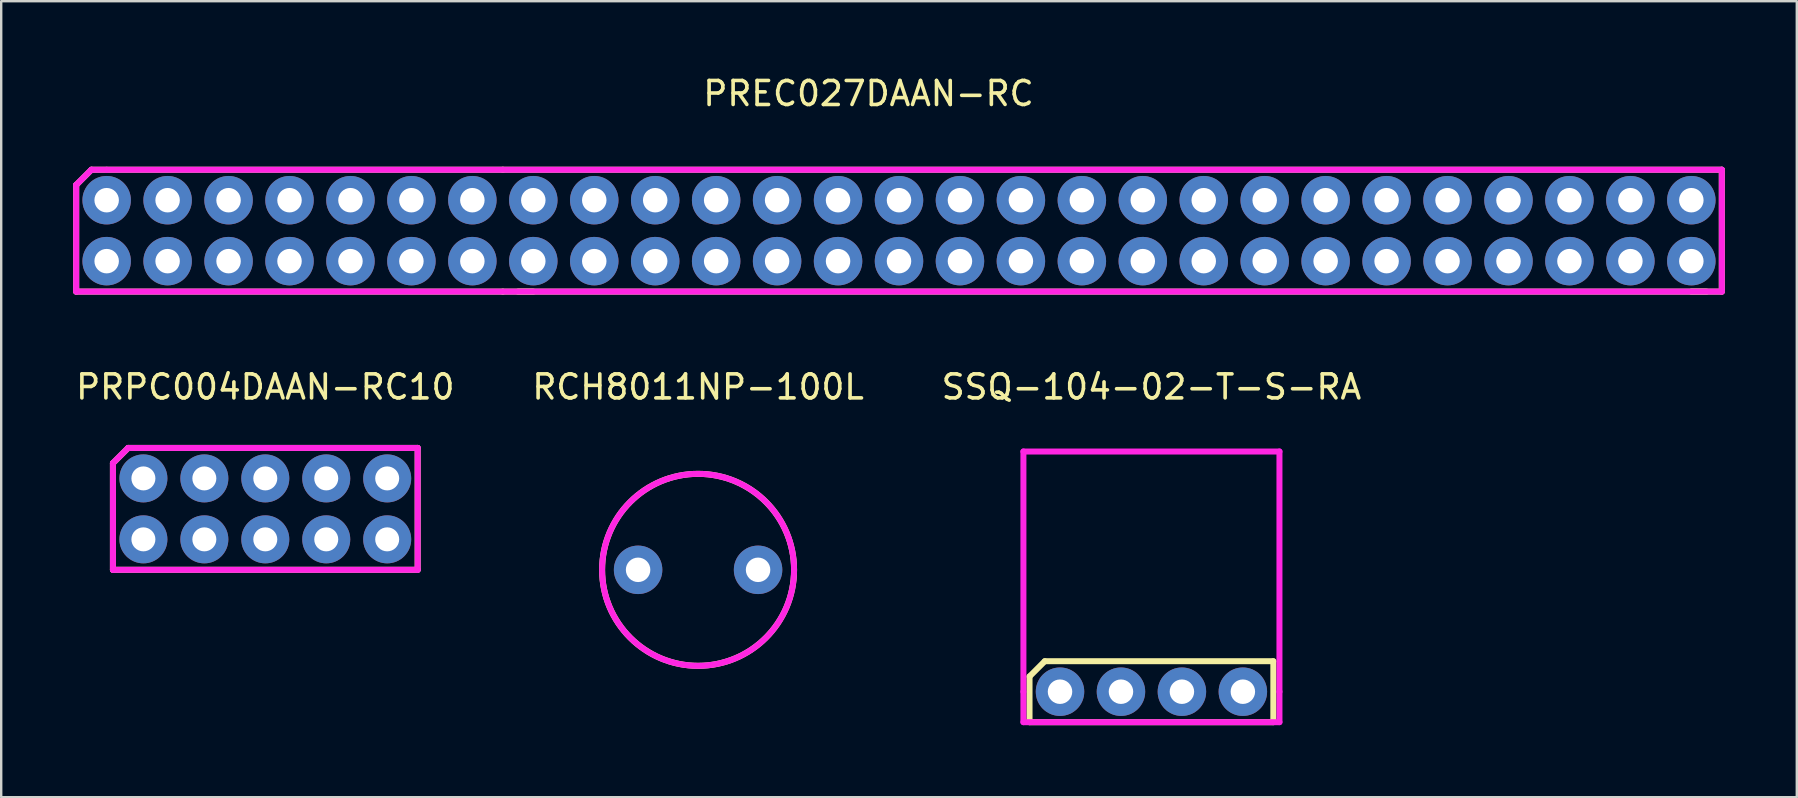
<source format=kicad_pcb>
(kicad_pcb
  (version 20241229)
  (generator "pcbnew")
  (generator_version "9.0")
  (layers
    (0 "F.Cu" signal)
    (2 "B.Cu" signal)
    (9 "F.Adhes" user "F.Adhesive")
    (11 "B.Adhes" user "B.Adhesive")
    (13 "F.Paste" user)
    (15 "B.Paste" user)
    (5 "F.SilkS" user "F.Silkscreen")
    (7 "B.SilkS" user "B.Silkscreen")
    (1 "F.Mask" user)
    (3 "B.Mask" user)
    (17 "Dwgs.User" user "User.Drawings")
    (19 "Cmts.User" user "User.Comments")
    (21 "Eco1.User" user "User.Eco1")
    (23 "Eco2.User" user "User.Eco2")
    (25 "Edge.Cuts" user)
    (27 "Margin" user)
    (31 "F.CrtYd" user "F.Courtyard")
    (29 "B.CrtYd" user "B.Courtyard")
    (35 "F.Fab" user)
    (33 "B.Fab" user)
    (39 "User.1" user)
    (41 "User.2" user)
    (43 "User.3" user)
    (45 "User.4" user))
  (footprint "PRPC004DAAN-RC10"
    (layer "F.Cu")
    (at 6.736 18.157)
    (property "Reference" "PRPC004DAAN-RC10" (at 1.27 -5.08 0) (layer "F.SilkS") (effects (font (size 1 1) (thickness 0.15))))
    (attr through_hole)
    (fp_line (start -5.08 -1.905) (end -4.445 -2.54) (stroke (width 0.25) (type solid)) (layer "F.SilkS"))
    (fp_line (start -5.08 2.54) (end -5.08 -1.905) (stroke (width 0.25) (type solid)) (layer "F.SilkS"))
    (fp_line (start -4.445 -2.54) (end 7.62 -2.54) (stroke (width 0.25) (type solid)) (layer "F.SilkS"))
    (fp_line (start 7.62 -2.54) (end 7.62 2.54) (stroke (width 0.25) (type solid)) (layer "F.SilkS"))
    (fp_line (start 7.62 2.54) (end -5.08 2.54) (stroke (width 0.25) (type solid)) (layer "F.SilkS"))
    (fp_line (start -5.08 -1.905) (end -4.445 -2.54) (stroke (width 0.25) (type solid)) (layer "F.CrtYd"))
    (fp_line (start -5.08 2.54) (end -5.08 -1.905) (stroke (width 0.25) (type solid)) (layer "F.CrtYd"))
    (fp_line (start -4.445 -2.54) (end 7.62 -2.54) (stroke (width 0.25) (type solid)) (layer "F.CrtYd"))
    (fp_line (start 7.62 -2.54) (end 7.62 2.54) (stroke (width 0.25) (type solid)) (layer "F.CrtYd"))
    (fp_line (start 7.62 2.54) (end -5.08 2.54) (stroke (width 0.25) (type solid)) (layer "F.CrtYd"))
    (pad "1" thru_hole circle (at -3.81 -1.27) (size 2 2) (drill 1) (layers "*.Cu" "*.Mask"))
    (pad "2" thru_hole circle (at -3.81 1.27) (size 2 2) (drill 1) (layers "*.Cu" "*.Mask"))
    (pad "3" thru_hole circle (at -1.27 -1.27) (size 2 2) (drill 1) (layers "*.Cu" "*.Mask"))
    (pad "4" thru_hole circle (at -1.27 1.27) (size 2 2) (drill 1) (layers "*.Cu" "*.Mask"))
    (pad "5" thru_hole circle (at 1.27 -1.27) (size 2 2) (drill 1) (layers "*.Cu" "*.Mask"))
    (pad "6" thru_hole circle (at 1.27 1.27) (size 2 2) (drill 1) (layers "*.Cu" "*.Mask"))
    (pad "7" thru_hole circle (at 3.81 -1.27) (size 2 2) (drill 1) (layers "*.Cu" "*.Mask"))
    (pad "8" thru_hole circle (at 3.81 1.27) (size 2 2) (drill 1) (layers "*.Cu" "*.Mask"))
    (pad "9" thru_hole circle (at 6.35 -1.27) (size 2 2) (drill 1) (layers "*.Cu" "*.Mask"))
    (pad "10" thru_hole circle (at 6.35 1.27) (size 2 2) (drill 1) (layers "*.Cu" "*.Mask")))
  (footprint "RCH8011NP-100L"
    (layer "F.Cu")
    (at 26.042 20.697)
    (property "Reference" "RCH8011NP-100L" (at 0 -7.62 0) (layer "F.SilkS") (effects (font (size 1 1) (thickness 0.15))))
    (attr through_hole)
    (fp_circle (center 0 0) (end 4 0) (stroke (width 0.25) (type solid)) (fill no) (layer "F.SilkS"))
    (fp_circle (center 0 0) (end 4 0) (stroke (width 0.25) (type solid)) (fill no) (layer "F.CrtYd"))
    (pad "1" thru_hole circle (at -2.5 0) (size 2.02 2.02) (drill 1.02) (layers "*.Cu" "*.Mask"))
    (pad "2" thru_hole circle (at 2.5 0) (size 2.02 2.02) (drill 1.02) (layers "*.Cu" "*.Mask")))
  (footprint "SSQ-104-02-T-S-RA"
    (layer "F.Cu")
    (at 44.935 25.776)
    (property "Reference" "SSQ-104-02-T-S-RA" (at 0 -12.7 0) (layer "F.SilkS") (effects (font (size 1 1) (thickness 0.15))))
    (attr through_hole)
    (fp_line (start -5.08 -0.635) (end -4.445 -1.27) (stroke (width 0.25) (type solid)) (layer "F.SilkS"))
    (fp_line (start -5.08 1.27) (end -5.08 -0.635) (stroke (width 0.25) (type solid)) (layer "F.SilkS"))
    (fp_line (start -4.445 -1.27) (end 5.08 -1.27) (stroke (width 0.25) (type solid)) (layer "F.SilkS"))
    (fp_line (start 5.08 -1.27) (end 5.08 1.27) (stroke (width 0.25) (type solid)) (layer "F.SilkS"))
    (fp_line (start 5.08 1.27) (end -5.08 1.27) (stroke (width 0.25) (type solid)) (layer "F.SilkS"))
    (fp_line (start -5.335 -10.01) (end 5.335 -10.01) (stroke (width 0.25) (type solid)) (layer "F.CrtYd"))
    (fp_line (start -5.335 0) (end -5.335 -10.01) (stroke (width 0.25) (type solid)) (layer "F.CrtYd"))
    (fp_line (start -5.335 0) (end -5.335 1.27) (stroke (width 0.25) (type solid)) (layer "F.CrtYd"))
    (fp_line (start -5.335 1.27) (end 5.335 1.27) (stroke (width 0.25) (type solid)) (layer "F.CrtYd"))
    (fp_line (start 5.335 0) (end 5.335 -10.01) (stroke (width 0.25) (type solid)) (layer "F.CrtYd"))
    (fp_line (start 5.335 1.27) (end 5.335 0) (stroke (width 0.25) (type solid)) (layer "F.CrtYd"))
    (pad "1" thru_hole circle (at -3.81 0) (size 2.02 2.02) (drill 1.02) (layers "*.Cu" "*.Mask"))
    (pad "2" thru_hole circle (at -1.27 0) (size 2.02 2.02) (drill 1.02) (layers "*.Cu" "*.Mask"))
    (pad "3" thru_hole circle (at 1.27 0) (size 2.02 2.02) (drill 1.02) (layers "*.Cu" "*.Mask"))
    (pad "4" thru_hole circle (at 3.81 0) (size 2.02 2.02) (drill 1.02) (layers "*.Cu" "*.Mask")))
  (footprint "PREC027DAAN-RC"
    (layer "F.Cu")
    (at 33.145 6.563)
    (property "Reference" "PREC027DAAN-RC" (at 0 -5.715 0) (layer "F.SilkS") (effects (font (size 1 1) (thickness 0.15))))
    (attr through_hole)
    (fp_line (start -33.02 -1.905) (end -33.02 2.54) (stroke (width 0.25) (type solid)) (layer "F.SilkS"))
    (fp_line (start -33.02 2.54) (end -15.24 2.54) (stroke (width 0.25) (type solid)) (layer "F.SilkS"))
    (fp_line (start -32.385 -2.54) (end -33.02 -1.905) (stroke (width 0.25) (type solid)) (layer "F.SilkS"))
    (fp_line (start -15.24 -2.54) (end -32.385 -2.54) (stroke (width 0.25) (type solid)) (layer "F.SilkS"))
    (fp_line (start -15.24 2.54) (end -13.97 2.54) (stroke (width 0.25) (type solid)) (layer "F.SilkS"))
    (fp_line (start -14.605 2.54) (end 34.925 2.54) (stroke (width 0.25) (type solid)) (layer "F.SilkS"))
    (fp_line (start 34.29 2.54) (end 35.56 2.54) (stroke (width 0.25) (type solid)) (layer "F.SilkS"))
    (fp_line (start 35.56 -2.54) (end -15.24 -2.54) (stroke (width 0.25) (type solid)) (layer "F.SilkS"))
    (fp_line (start 35.56 2.54) (end 35.56 -2.54) (stroke (width 0.25) (type solid)) (layer "F.SilkS"))
    (fp_line (start -33.02 -1.905) (end -32.385 -2.54) (stroke (width 0.25) (type solid)) (layer "F.CrtYd"))
    (fp_line (start -33.02 2.54) (end -33.02 -1.905) (stroke (width 0.25) (type solid)) (layer "F.CrtYd"))
    (fp_line (start -33.02 2.54) (end 35.56 2.54) (stroke (width 0.25) (type solid)) (layer "F.CrtYd"))
    (fp_line (start -32.385 -2.54) (end -31.75 -2.54) (stroke (width 0.25) (type solid)) (layer "F.CrtYd"))
    (fp_line (start 35.56 -2.54) (end -31.75 -2.54) (stroke (width 0.25) (type solid)) (layer "F.CrtYd"))
    (fp_line (start 35.56 2.54) (end 35.56 -2.54) (stroke (width 0.25) (type solid)) (layer "F.CrtYd"))
    (pad "1" thru_hole circle (at -31.75 -1.27) (size 2.02 2.02) (drill 1.02) (layers "*.Cu" "*.Mask"))
    (pad "2" thru_hole circle (at -31.75 1.27) (size 2.02 2.02) (drill 1.02) (layers "*.Cu" "*.Mask"))
    (pad "3" thru_hole circle (at -29.21 -1.27) (size 2.02 2.02) (drill 1.02) (layers "*.Cu" "*.Mask"))
    (pad "4" thru_hole circle (at -29.21 1.27) (size 2.02 2.02) (drill 1.02) (layers "*.Cu" "*.Mask"))
    (pad "5" thru_hole circle (at -26.67 -1.27) (size 2.02 2.02) (drill 1.02) (layers "*.Cu" "*.Mask"))
    (pad "6" thru_hole circle (at -26.67 1.27) (size 2.02 2.02) (drill 1.02) (layers "*.Cu" "*.Mask"))
    (pad "7" thru_hole circle (at -24.13 -1.27) (size 2.02 2.02) (drill 1.02) (layers "*.Cu" "*.Mask"))
    (pad "8" thru_hole circle (at -24.13 1.27) (size 2.02 2.02) (drill 1.02) (layers "*.Cu" "*.Mask"))
    (pad "9" thru_hole circle (at -21.59 -1.27) (size 2.02 2.02) (drill 1.02) (layers "*.Cu" "*.Mask"))
    (pad "10" thru_hole circle (at -21.59 1.27) (size 2.02 2.02) (drill 1.02) (layers "*.Cu" "*.Mask"))
    (pad "11" thru_hole circle (at -19.05 -1.27) (size 2.02 2.02) (drill 1.02) (layers "*.Cu" "*.Mask"))
    (pad "12" thru_hole circle (at -19.05 1.27) (size 2.02 2.02) (drill 1.02) (layers "*.Cu" "*.Mask"))
    (pad "13" thru_hole circle (at -16.51 -1.27) (size 2.02 2.02) (drill 1.02) (layers "*.Cu" "*.Mask"))
    (pad "14" thru_hole circle (at -16.51 1.27) (size 2.02 2.02) (drill 1.02) (layers "*.Cu" "*.Mask"))
    (pad "15" thru_hole circle (at -13.97 -1.27) (size 2.02 2.02) (drill 1.02) (layers "*.Cu" "*.Mask"))
    (pad "16" thru_hole circle (at -13.97 1.27) (size 2.02 2.02) (drill 1.02) (layers "*.Cu" "*.Mask"))
    (pad "17" thru_hole circle (at -11.43 -1.27) (size 2.02 2.02) (drill 1.02) (layers "*.Cu" "*.Mask"))
    (pad "18" thru_hole circle (at -11.43 1.27) (size 2.02 2.02) (drill 1.02) (layers "*.Cu" "*.Mask"))
    (pad "19" thru_hole circle (at -8.89 -1.27) (size 2.02 2.02) (drill 1.02) (layers "*.Cu" "*.Mask"))
    (pad "20" thru_hole circle (at -8.89 1.27) (size 2.02 2.02) (drill 1.02) (layers "*.Cu" "*.Mask"))
    (pad "21" thru_hole circle (at -6.35 -1.27) (size 2.02 2.02) (drill 1.02) (layers "*.Cu" "*.Mask"))
    (pad "22" thru_hole circle (at -6.35 1.27) (size 2.02 2.02) (drill 1.02) (layers "*.Cu" "*.Mask"))
    (pad "23" thru_hole circle (at -3.81 -1.27) (size 2.02 2.02) (drill 1.02) (layers "*.Cu" "*.Mask"))
    (pad "24" thru_hole circle (at -3.81 1.27) (size 2.02 2.02) (drill 1.02) (layers "*.Cu" "*.Mask"))
    (pad "25" thru_hole circle (at -1.27 -1.27) (size 2.02 2.02) (drill 1.02) (layers "*.Cu" "*.Mask"))
    (pad "26" thru_hole circle (at -1.27 1.27) (size 2.02 2.02) (drill 1.02) (layers "*.Cu" "*.Mask"))
    (pad "27" thru_hole circle (at 1.27 -1.27) (size 2.02 2.02) (drill 1.02) (layers "*.Cu" "*.Mask"))
    (pad "28" thru_hole circle (at 1.27 1.27) (size 2.02 2.02) (drill 1.02) (layers "*.Cu" "*.Mask"))
    (pad "29" thru_hole circle (at 3.81 -1.27) (size 2.02 2.02) (drill 1.02) (layers "*.Cu" "*.Mask"))
    (pad "30" thru_hole circle (at 3.81 1.27) (size 2.02 2.02) (drill 1.02) (layers "*.Cu" "*.Mask"))
    (pad "31" thru_hole circle (at 6.35 -1.27) (size 2.02 2.02) (drill 1.02) (layers "*.Cu" "*.Mask"))
    (pad "32" thru_hole circle (at 6.35 1.27) (size 2.02 2.02) (drill 1.02) (layers "*.Cu" "*.Mask"))
    (pad "33" thru_hole circle (at 8.89 -1.27) (size 2.02 2.02) (drill 1.02) (layers "*.Cu" "*.Mask"))
    (pad "34" thru_hole circle (at 8.89 1.27) (size 2.02 2.02) (drill 1.02) (layers "*.Cu" "*.Mask"))
    (pad "35" thru_hole circle (at 11.43 -1.27) (size 2.02 2.02) (drill 1.02) (layers "*.Cu" "*.Mask"))
    (pad "36" thru_hole circle (at 11.43 1.27) (size 2.02 2.02) (drill 1.02) (layers "*.Cu" "*.Mask"))
    (pad "37" thru_hole circle (at 13.97 -1.27) (size 2.02 2.02) (drill 1.02) (layers "*.Cu" "*.Mask"))
    (pad "38" thru_hole circle (at 13.97 1.27) (size 2.02 2.02) (drill 1.02) (layers "*.Cu" "*.Mask"))
    (pad "39" thru_hole circle (at 16.51 -1.27) (size 2.02 2.02) (drill 1.02) (layers "*.Cu" "*.Mask"))
    (pad "40" thru_hole circle (at 16.51 1.27) (size 2.02 2.02) (drill 1.02) (layers "*.Cu" "*.Mask"))
    (pad "41" thru_hole circle (at 19.05 -1.27) (size 2.02 2.02) (drill 1.02) (layers "*.Cu" "*.Mask"))
    (pad "42" thru_hole circle (at 19.05 1.27) (size 2.02 2.02) (drill 1.02) (layers "*.Cu" "*.Mask"))
    (pad "43" thru_hole circle (at 21.59 -1.27) (size 2.02 2.02) (drill 1.02) (layers "*.Cu" "*.Mask"))
    (pad "44" thru_hole circle (at 21.59 1.27) (size 2.02 2.02) (drill 1.02) (layers "*.Cu" "*.Mask"))
    (pad "45" thru_hole circle (at 24.13 -1.27) (size 2.02 2.02) (drill 1.02) (layers "*.Cu" "*.Mask"))
    (pad "46" thru_hole circle (at 24.13 1.27) (size 2.02 2.02) (drill 1.02) (layers "*.Cu" "*.Mask"))
    (pad "47" thru_hole circle (at 26.67 -1.27) (size 2.02 2.02) (drill 1.02) (layers "*.Cu" "*.Mask"))
    (pad "48" thru_hole circle (at 26.67 1.27) (size 2.02 2.02) (drill 1.02) (layers "*.Cu" "*.Mask"))
    (pad "49" thru_hole circle (at 29.21 -1.27) (size 2.02 2.02) (drill 1.02) (layers "*.Cu" "*.Mask"))
    (pad "50" thru_hole circle (at 29.21 1.27) (size 2.02 2.02) (drill 1.02) (layers "*.Cu" "*.Mask"))
    (pad "51" thru_hole circle (at 31.75 -1.27) (size 2.02 2.02) (drill 1.02) (layers "*.Cu" "*.Mask"))
    (pad "52" thru_hole circle (at 31.75 1.27) (size 2.02 2.02) (drill 1.02) (layers "*.Cu" "*.Mask"))
    (pad "53" thru_hole circle (at 34.29 -1.27) (size 2.02 2.02) (drill 1.02) (layers "*.Cu" "*.Mask"))
    (pad "54" thru_hole circle (at 34.29 1.27) (size 2.02 2.02) (drill 1.02) (layers "*.Cu" "*.Mask")))
  (gr_rect
    (start -3 -3)
    (end 71.83 30.172)
    (stroke (width 0.1) (type default))
    (fill no)
    (layer "Edge.Cuts")))
</source>
